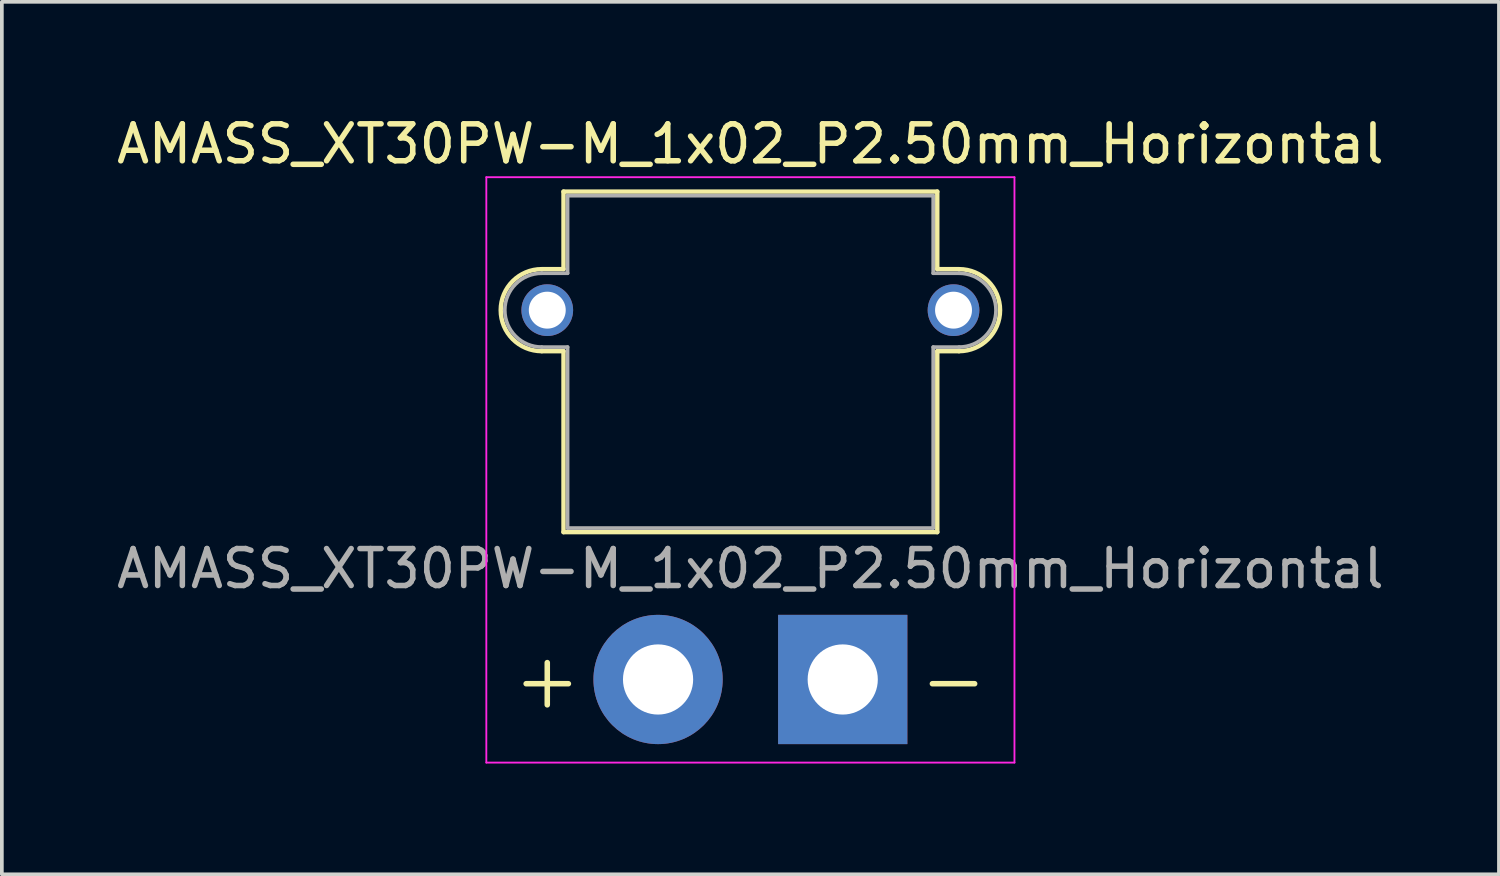
<source format=kicad_pcb>
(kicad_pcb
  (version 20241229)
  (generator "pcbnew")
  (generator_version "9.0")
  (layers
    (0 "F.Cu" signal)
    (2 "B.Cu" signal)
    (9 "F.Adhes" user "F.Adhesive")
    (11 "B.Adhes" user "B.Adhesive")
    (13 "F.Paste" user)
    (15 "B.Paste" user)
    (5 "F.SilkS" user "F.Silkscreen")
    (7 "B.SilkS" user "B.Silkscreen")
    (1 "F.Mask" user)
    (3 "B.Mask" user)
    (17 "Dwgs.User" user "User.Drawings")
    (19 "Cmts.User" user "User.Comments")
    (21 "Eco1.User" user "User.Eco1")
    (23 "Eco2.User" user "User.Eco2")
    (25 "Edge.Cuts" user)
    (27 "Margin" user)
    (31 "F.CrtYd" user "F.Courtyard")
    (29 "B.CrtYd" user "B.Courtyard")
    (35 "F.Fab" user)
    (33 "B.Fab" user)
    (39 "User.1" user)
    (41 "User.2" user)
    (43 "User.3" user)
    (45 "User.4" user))
  (footprint "AMASS_XT30PW-M_1x02_P2.50mm_Horizontal"
    (layer "F.Cu")
    (at 19.768 15.348)
    (property "Reference" "AMASS_XT30PW-M_1x02_P2.50mm_Horizontal" (at -2.5 -14.5 0) (layer "F.SilkS") (effects (font (size 1 1) (thickness 0.15))))
    (attr through_hole)
    (fp_line (start -8.15 -11.11) (end -7.56 -11.11) (stroke (width 0.12) (type solid)) (layer "F.SilkS"))
    (fp_line (start -8.15 -8.89) (end -7.56 -8.89) (stroke (width 0.12) (type solid)) (layer "F.SilkS"))
    (fp_line (start -7.56 -13.21) (end -7.56 -11.11) (stroke (width 0.12) (type solid)) (layer "F.SilkS"))
    (fp_line (start -7.56 -13.21) (end 2.56 -13.21) (stroke (width 0.12) (type solid)) (layer "F.SilkS"))
    (fp_line (start -7.56 -8.89) (end -7.56 -3.99) (stroke (width 0.12) (type solid)) (layer "F.SilkS"))
    (fp_line (start -7.56 -3.99) (end 2.56 -3.99) (stroke (width 0.12) (type solid)) (layer "F.SilkS"))
    (fp_line (start 2.56 -13.21) (end 2.56 -11.11) (stroke (width 0.12) (type solid)) (layer "F.SilkS"))
    (fp_line (start 2.56 -11.11) (end 3.15 -11.11) (stroke (width 0.12) (type solid)) (layer "F.SilkS"))
    (fp_line (start 2.56 -8.89) (end 2.56 -3.99) (stroke (width 0.12) (type solid)) (layer "F.SilkS"))
    (fp_line (start 2.56 -8.89) (end 3.15 -8.89) (stroke (width 0.12) (type solid)) (layer "F.SilkS"))
    (fp_arc (start -8.15 -8.89) (mid -9.26 -10) (end -8.15 -11.11) (stroke (width 0.12) (type solid)) (layer "F.SilkS"))
    (fp_arc (start 3.15 -11.11) (mid 4.26 -10) (end 3.15 -8.89) (stroke (width 0.12) (type solid)) (layer "F.SilkS"))
    (fp_line (start -9.65 -13.6) (end -9.65 2.25) (stroke (width 0.05) (type solid)) (layer "F.CrtYd"))
    (fp_line (start -9.65 -13.6) (end 4.65 -13.6) (stroke (width 0.05) (type solid)) (layer "F.CrtYd"))
    (fp_line (start -9.65 2.25) (end 4.65 2.25) (stroke (width 0.05) (type solid)) (layer "F.CrtYd"))
    (fp_line (start 4.65 -13.6) (end 4.65 2.25) (stroke (width 0.05) (type solid)) (layer "F.CrtYd"))
    (fp_line (start -8.15 -11) (end -7.45 -11) (stroke (width 0.1) (type solid)) (layer "F.Fab"))
    (fp_line (start -8.15 -9) (end -7.45 -9) (stroke (width 0.1) (type solid)) (layer "F.Fab"))
    (fp_line (start -7.45 -13.1) (end -7.45 -11) (stroke (width 0.1) (type solid)) (layer "F.Fab"))
    (fp_line (start -7.45 -13.1) (end 2.45 -13.1) (stroke (width 0.1) (type solid)) (layer "F.Fab"))
    (fp_line (start -7.45 -9) (end -7.45 -4.1) (stroke (width 0.1) (type solid)) (layer "F.Fab"))
    (fp_line (start -7.45 -4.1) (end 2.45 -4.1) (stroke (width 0.1) (type solid)) (layer "F.Fab"))
    (fp_line (start 2.45 -13.1) (end 2.45 -11) (stroke (width 0.1) (type solid)) (layer "F.Fab"))
    (fp_line (start 2.45 -11) (end 3.15 -11) (stroke (width 0.1) (type solid)) (layer "F.Fab"))
    (fp_line (start 2.45 -9) (end 2.45 -4.1) (stroke (width 0.1) (type solid)) (layer "F.Fab"))
    (fp_line (start 2.45 -9) (end 3.15 -9) (stroke (width 0.1) (type solid)) (layer "F.Fab"))
    (fp_arc (start -8.15 -9) (mid -9.15 -10) (end -8.15 -11) (stroke (width 0.1) (type solid)) (layer "F.Fab"))
    (fp_arc (start 3.15 -11) (mid 4.15 -10) (end 3.15 -9) (stroke (width 0.1) (type solid)) (layer "F.Fab"))
    (fp_text user "-" (at 3 0 0) (layer "F.SilkS") (effects (font (size 1.5 1.5) (thickness 0.15))))
    (fp_text user "+" (at -8 0 0) (layer "F.SilkS") (effects (font (size 1.5 1.5) (thickness 0.15))))
    (fp_text user "${REFERENCE}" (at -2.5 -3 0) (layer "F.Fab") (effects (font (size 1 1) (thickness 0.15))))
    (pad "" thru_hole circle (at -8 -10) (size 1.4 1.4) (drill 1) (layers "*.Cu" "*.Mask"))
    (pad "" thru_hole circle (at 3 -10) (size 1.4 1.4) (drill 1) (layers "*.Cu" "*.Mask"))
    (pad "1" thru_hole rect (at 0 0) (size 3.5 3.5) (drill 1.9) (layers "*.Cu" "*.Mask"))
    (pad "2" thru_hole circle (at -5 0) (size 3.5 3.5) (drill 1.9) (layers "*.Cu" "*.Mask")))
  (gr_rect
    (start -3 -3)
    (end 37.536 20.623)
    (stroke (width 0.1) (type default))
    (fill no)
    (layer "Edge.Cuts")))
</source>
